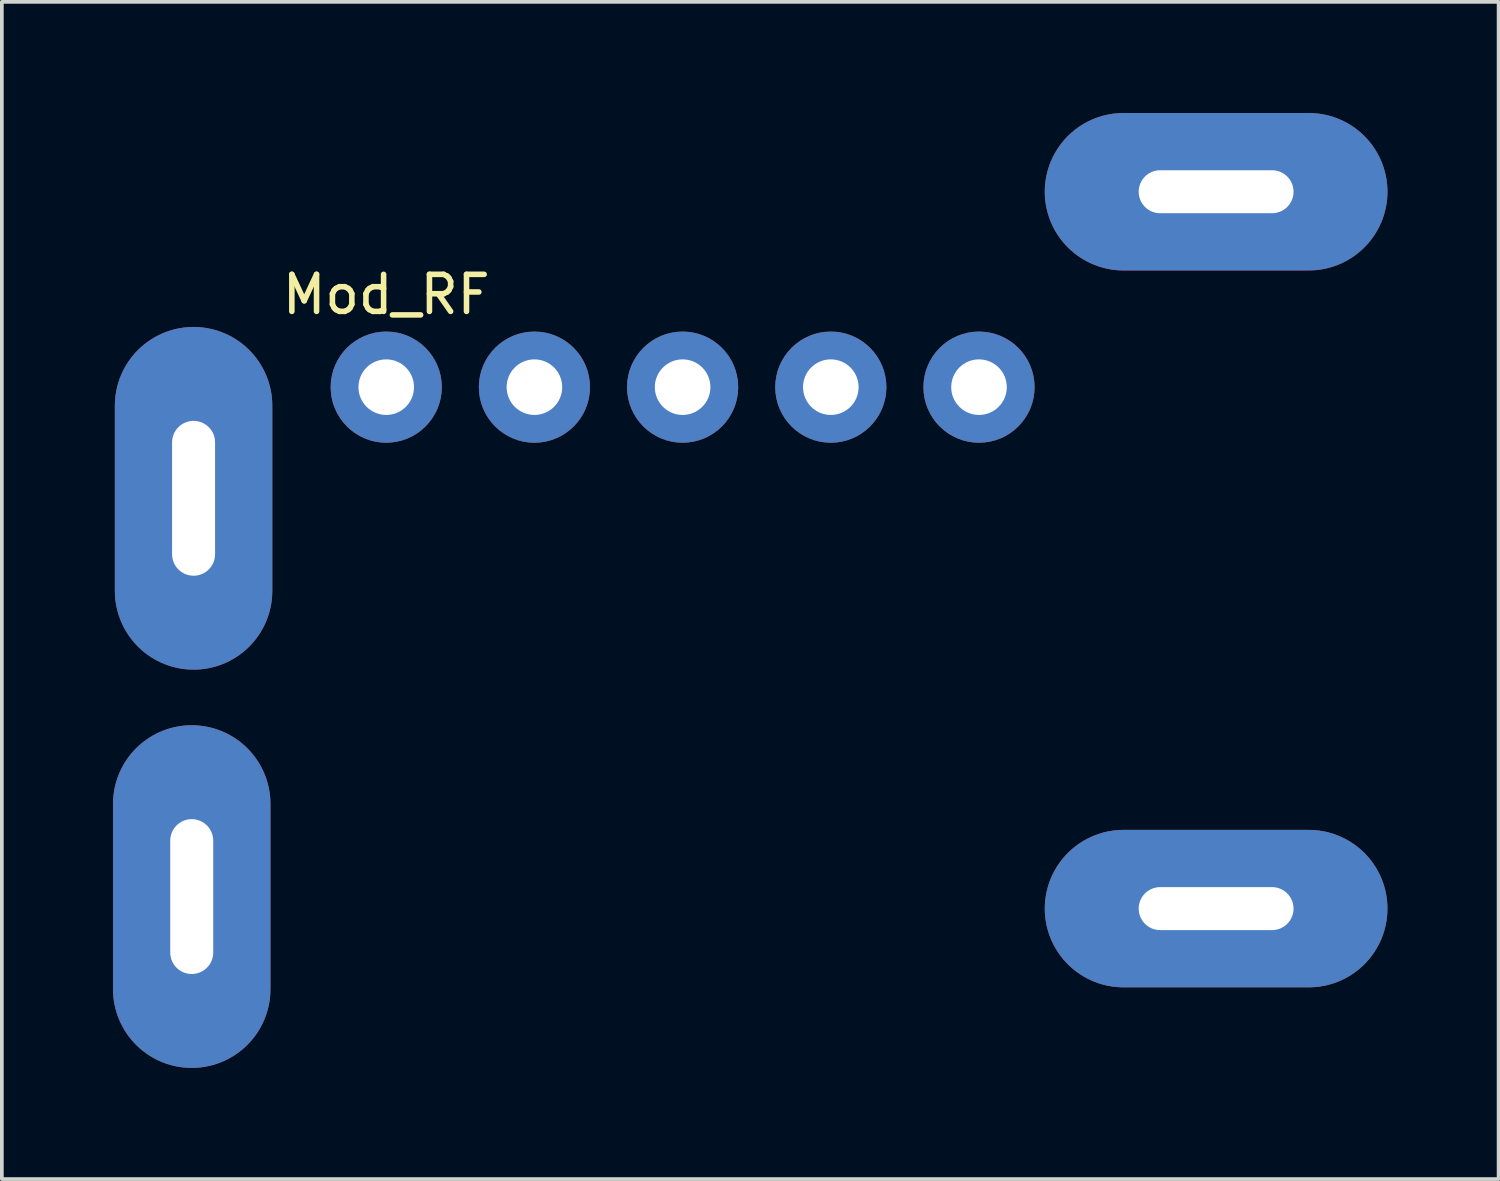
<source format=kicad_pcb>
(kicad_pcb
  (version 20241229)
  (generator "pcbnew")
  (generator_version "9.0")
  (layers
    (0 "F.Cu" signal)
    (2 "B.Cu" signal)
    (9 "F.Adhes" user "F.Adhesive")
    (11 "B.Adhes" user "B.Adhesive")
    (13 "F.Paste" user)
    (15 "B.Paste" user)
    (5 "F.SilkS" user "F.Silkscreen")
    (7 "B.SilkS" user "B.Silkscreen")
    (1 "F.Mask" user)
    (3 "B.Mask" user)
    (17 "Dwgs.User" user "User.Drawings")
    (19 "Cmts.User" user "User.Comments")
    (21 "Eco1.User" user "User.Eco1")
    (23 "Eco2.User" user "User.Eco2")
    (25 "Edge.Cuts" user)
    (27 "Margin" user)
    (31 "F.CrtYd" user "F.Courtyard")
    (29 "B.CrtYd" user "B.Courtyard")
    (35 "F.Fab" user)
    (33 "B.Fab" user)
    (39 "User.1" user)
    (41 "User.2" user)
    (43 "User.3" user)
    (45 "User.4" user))
  (footprint "Mod_RF"
    (layer "F.Cu")
    (at 7.375 4.4)
    (property "Reference" "Mod_RF" (at 0 0.5 0) (layer "F.SilkS") (effects (font (size 1 1) (thickness 0.15))))
    (attr through_hole)
    (pad "" thru_hole oval (at -5.25 16.75) (size 4.25 9.25) (drill oval 1.16 4.18) (layers "*.Cu" "*.Mask"))
    (pad "" thru_hole oval (at -5.2 6) (size 4.25 9.25) (drill oval 1.16 4.18) (layers "*.Cu" "*.Mask"))
    (pad "" thru_hole oval (at 22.4 -2.275 90) (size 4.25 9.25) (drill oval 1.16 4.18) (layers "*.Cu" "*.Mask"))
    (pad "" thru_hole oval (at 22.4 17.075 90) (size 4.25 9.25) (drill oval 1.16 4.18) (layers "*.Cu" "*.Mask"))
    (pad "1" thru_hole circle (at 0 3) (size 3 3) (drill 1.5) (layers "*.Cu" "*.Mask"))
    (pad "2" thru_hole circle (at 4 3) (size 3 3) (drill 1.5) (layers "*.Cu" "*.Mask"))
    (pad "3" thru_hole circle (at 8 3) (size 3 3) (drill 1.5) (layers "*.Cu" "*.Mask"))
    (pad "4" thru_hole circle (at 12 3) (size 3 3) (drill 1.5) (layers "*.Cu" "*.Mask"))
    (pad "5" thru_hole circle (at 16 3) (size 3 3) (drill 1.5) (layers "*.Cu" "*.Mask")))
  (gr_rect
    (start -3 -3)
    (end 37.4 28.775)
    (stroke (width 0.1) (type default))
    (fill no)
    (layer "Edge.Cuts")))
</source>
